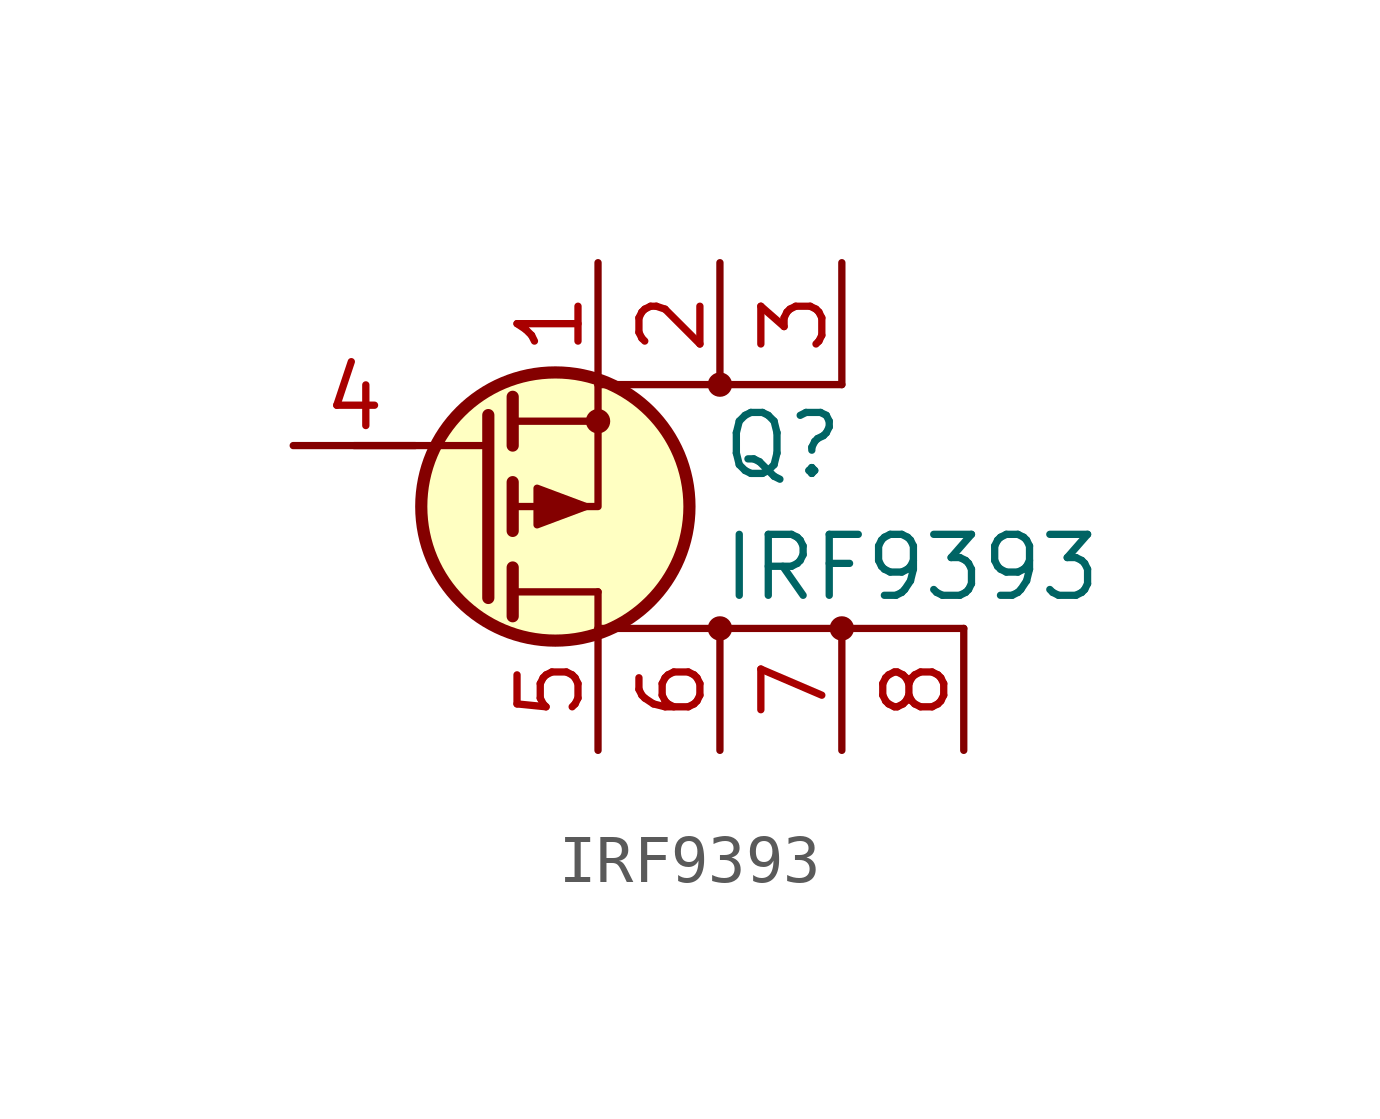
<source format=kicad_sym>
(kicad_symbol_lib
  (version 20220914)
  (generator kicad_symbol_editor)
  (symbol "IRF9393"
    (pin_names hide)
    (property "Reference" "Q"
      (at 5.08 1.27 0)
      (effects (font (size 1.27 1.27)) (justify left)))
    (property "Value" "IRF9393"
      (at 5.08 -1.27 0)
      (effects (font (size 1.27 1.27)) (justify left)))
    (symbol "IRF9393_0_1"
      (polyline (pts (xy 0.254 -1.905) (xy 0.254 1.905)) (stroke (width 0.254) (type default)) (fill (type none)))
      (polyline (pts (xy 0.254 1.27) (xy -2.54 1.27)) (stroke (width 0) (type default)) (fill (type none)))
      (polyline (pts (xy 0.762 -2.286) (xy 0.762 -1.27)) (stroke (width 0.254) (type default)) (fill (type none)))
      (polyline (pts (xy 0.762 -1.778) (xy 2.54 -1.778)) (stroke (width 0) (type default)) (fill (type none)))
      (polyline (pts (xy 0.762 -0.508) (xy 0.762 0.508)) (stroke (width 0.254) (type default)) (fill (type none)))
      (polyline (pts (xy 0.762 1.27) (xy 0.762 2.286)) (stroke (width 0.254) (type default)) (fill (type none)))
      (polyline (pts (xy 0.762 1.778) (xy 2.54 1.778)) (stroke (width 0) (type default)) (fill (type none)))
      (polyline (pts (xy 2.54 -2.54) (xy 2.54 -1.778)) (stroke (width 0) (type default)) (fill (type none)))
      (polyline (pts (xy 2.54 2.54) (xy 7.62 2.54)) (stroke (width 0) (type default)) (fill (type none)))
      (polyline (pts (xy 7.62 -2.54) (xy 2.54 -2.54)) (stroke (width 0) (type default)) (fill (type none)))
      (polyline (pts (xy 7.62 -2.54) (xy 10.16 -2.54)) (stroke (width 0) (type default)) (fill (type none)))
      (polyline (pts (xy 2.54 2.54) (xy 2.54 0) (xy 0.762 0)) (stroke (width 0) (type default)) (fill (type none)))
      (polyline (pts (xy 2.286 0) (xy 1.27 -0.381) (xy 1.27 0.381) (xy 2.286 0)) (stroke (width 0) (type default)) (fill (type outline)))
      (circle (center 5.08 -2.54) (radius 0.178) (stroke (width 0) (type default)) (fill (type outline)))
      (circle (center 5.08 2.54) (radius 0.178) (stroke (width 0) (type default)) (fill (type outline)))
      (circle (center 7.62 -2.54) (radius 0.178) (stroke (width 0) (type default)) (fill (type outline))))
    (symbol "IRF9393_1_1"
      (circle (center 1.651 0) (radius 2.794) (stroke (width 0.254) (type default)) (fill (type background)))
      (circle (center 2.54 1.778) (radius 0.178) (stroke (width 0) (type default)) (fill (type outline)))
      (pin passive line (at 2.54 5.08 270) (length 2.54) (name "S" (effects (font (size 1.27 1.27)))) (number "1" (effects (font (size 1.27 1.27)))))
      (pin passive line (at 5.08 5.08 270) (length 2.54) (name "S" (effects (font (size 1.27 1.27)))) (number "2" (effects (font (size 1.27 1.27)))))
      (pin passive line (at 7.62 5.08 270) (length 2.54) (name "S" (effects (font (size 1.27 1.27)))) (number "3" (effects (font (size 1.27 1.27)))))
      (pin input line (at -3.81 1.27 0) (length 2.54) (name "G" (effects (font (size 1.27 1.27)))) (number "4" (effects (font (size 1.27 1.27)))))
      (pin passive line (at 2.54 -5.08 90) (length 2.54) (name "D" (effects (font (size 1.27 1.27)))) (number "5" (effects (font (size 1.27 1.27)))))
      (pin passive line (at 5.08 -5.08 90) (length 2.54) (name "D" (effects (font (size 1.27 1.27)))) (number "6" (effects (font (size 1.27 1.27)))))
      (pin passive line (at 7.62 -5.08 90) (length 2.54) (name "D" (effects (font (size 1.27 1.27)))) (number "7" (effects (font (size 1.27 1.27)))))
      (pin passive line (at 10.16 -5.08 90) (length 2.54) (name "D" (effects (font (size 1.27 1.27)))) (number "8" (effects (font (size 1.27 1.27))))))))
</source>
